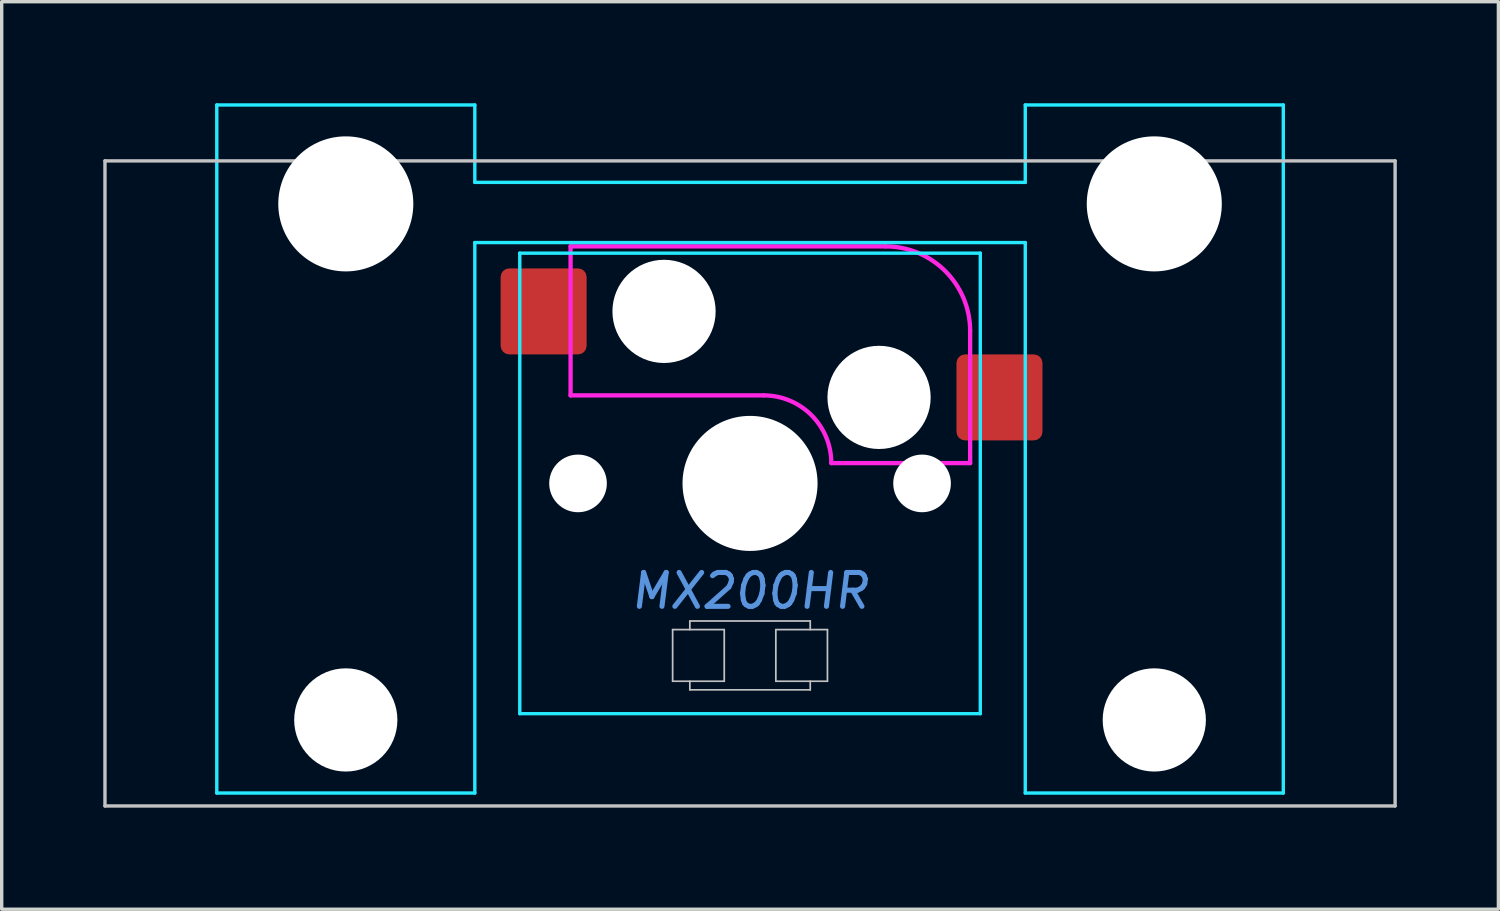
<source format=kicad_pcb>
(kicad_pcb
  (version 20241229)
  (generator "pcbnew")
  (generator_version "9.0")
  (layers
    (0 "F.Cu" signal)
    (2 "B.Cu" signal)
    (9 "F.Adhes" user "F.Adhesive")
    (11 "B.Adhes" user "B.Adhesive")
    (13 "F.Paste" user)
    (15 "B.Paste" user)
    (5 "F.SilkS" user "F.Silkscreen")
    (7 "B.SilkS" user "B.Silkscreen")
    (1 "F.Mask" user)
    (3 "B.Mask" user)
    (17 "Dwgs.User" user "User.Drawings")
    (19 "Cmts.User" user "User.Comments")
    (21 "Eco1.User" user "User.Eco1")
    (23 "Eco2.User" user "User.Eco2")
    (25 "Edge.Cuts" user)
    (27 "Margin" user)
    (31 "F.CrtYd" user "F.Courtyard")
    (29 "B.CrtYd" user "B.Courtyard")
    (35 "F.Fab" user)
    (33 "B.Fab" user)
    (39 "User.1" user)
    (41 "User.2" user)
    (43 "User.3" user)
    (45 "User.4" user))
  (footprint "MX200HR"
    (layer "F.Cu")
    (at 19.1 11.226)
    (property "Reference" "MX200HR" (at 0 3.175 0) (layer "Cmts.User") (effects (font (size 1 1) (thickness 0.15) (italic yes))))
    (attr smd)
    (fp_line (start -19.05 -9.525) (end -19.05 9.525) (stroke (width 0.1) (type solid)) (layer "Dwgs.User"))
    (fp_line (start -19.05 -9.525) (end 19.05 -9.525) (stroke (width 0.1) (type solid)) (layer "Dwgs.User"))
    (fp_line (start -19.05 9.525) (end 19.05 9.525) (stroke (width 0.1) (type solid)) (layer "Dwgs.User"))
    (fp_line (start -2.286 4.318) (end -0.762 4.318) (stroke (width 0.051) (type solid)) (layer "Dwgs.User"))
    (fp_line (start -2.286 5.842) (end -2.286 4.318) (stroke (width 0.051) (type solid)) (layer "Dwgs.User"))
    (fp_line (start -1.778 4.064) (end 1.778 4.064) (stroke (width 0.051) (type solid)) (layer "Dwgs.User"))
    (fp_line (start -1.778 4.318) (end -1.778 4.064) (stroke (width 0.051) (type solid)) (layer "Dwgs.User"))
    (fp_line (start -1.778 6.096) (end -1.778 5.842) (stroke (width 0.051) (type solid)) (layer "Dwgs.User"))
    (fp_line (start -0.762 4.318) (end -0.762 5.842) (stroke (width 0.051) (type solid)) (layer "Dwgs.User"))
    (fp_line (start -0.762 5.842) (end -2.286 5.842) (stroke (width 0.051) (type solid)) (layer "Dwgs.User"))
    (fp_line (start 0.762 4.318) (end 2.286 4.318) (stroke (width 0.051) (type solid)) (layer "Dwgs.User"))
    (fp_line (start 0.762 5.842) (end 0.762 4.318) (stroke (width 0.051) (type solid)) (layer "Dwgs.User"))
    (fp_line (start 1.778 4.064) (end 1.778 4.318) (stroke (width 0.051) (type solid)) (layer "Dwgs.User"))
    (fp_line (start 1.778 5.842) (end 1.778 6.096) (stroke (width 0.051) (type solid)) (layer "Dwgs.User"))
    (fp_line (start 1.778 6.096) (end -1.778 6.096) (stroke (width 0.051) (type solid)) (layer "Dwgs.User"))
    (fp_line (start 2.286 4.318) (end 2.286 5.842) (stroke (width 0.051) (type solid)) (layer "Dwgs.User"))
    (fp_line (start 2.286 5.842) (end 0.762 5.842) (stroke (width 0.051) (type solid)) (layer "Dwgs.User"))
    (fp_line (start 19.05 -9.525) (end 19.05 9.525) (stroke (width 0.1) (type solid)) (layer "Dwgs.User"))
    (fp_line (start -15.438 -8.515) (end -15.438 5.485) (stroke (width 0.1) (type solid)) (layer "Eco1.User"))
    (fp_line (start -14.938 -9.015) (end -8.938 -9.015) (stroke (width 0.1) (type solid)) (layer "Eco1.User"))
    (fp_line (start -8.938 5.985) (end -14.938 5.985) (stroke (width 0.1) (type solid)) (layer "Eco1.User"))
    (fp_line (start -8.438 5.485) (end -8.438 -8.515) (stroke (width 0.1) (type solid)) (layer "Eco1.User"))
    (fp_line (start -7 -6.5) (end -7 6.5) (stroke (width 0.1) (type solid)) (layer "Eco1.User"))
    (fp_line (start -6.5 7) (end 6.5 7) (stroke (width 0.1) (type solid)) (layer "Eco1.User"))
    (fp_line (start 6.5 -7) (end -6.5 -7) (stroke (width 0.1) (type solid)) (layer "Eco1.User"))
    (fp_line (start 7 6.5) (end 7 -6.5) (stroke (width 0.1) (type solid)) (layer "Eco1.User"))
    (fp_line (start 8.438 -8.515) (end 8.438 5.485) (stroke (width 0.1) (type solid)) (layer "Eco1.User"))
    (fp_line (start 8.938 -9.015) (end 14.938 -9.015) (stroke (width 0.1) (type solid)) (layer "Eco1.User"))
    (fp_line (start 14.938 5.985) (end 8.938 5.985) (stroke (width 0.1) (type solid)) (layer "Eco1.User"))
    (fp_line (start 15.438 5.485) (end 15.438 -8.515) (stroke (width 0.1) (type solid)) (layer "Eco1.User"))
    (fp_arc (start -15.438 -8.515) (mid -15.291553 -8.868553) (end -14.938 -9.015) (stroke (width 0.1) (type solid)) (layer "Eco1.User"))
    (fp_arc (start -14.938 5.985) (mid -15.291553 5.838553) (end -15.438 5.485) (stroke (width 0.1) (type solid)) (layer "Eco1.User"))
    (fp_arc (start -8.938 -9.015) (mid -8.584447 -8.868553) (end -8.438 -8.515) (stroke (width 0.1) (type solid)) (layer "Eco1.User"))
    (fp_arc (start -8.438 5.485) (mid -8.584447 5.838553) (end -8.938 5.985) (stroke (width 0.1) (type solid)) (layer "Eco1.User"))
    (fp_arc (start -7 -6.5) (mid -6.853553 -6.853553) (end -6.5 -7) (stroke (width 0.1) (type solid)) (layer "Eco1.User"))
    (fp_arc (start -6.5 7) (mid -6.853553 6.853553) (end -7 6.5) (stroke (width 0.1) (type solid)) (layer "Eco1.User"))
    (fp_arc (start 6.5 -7) (mid 6.853553 -6.853553) (end 7 -6.5) (stroke (width 0.1) (type solid)) (layer "Eco1.User"))
    (fp_arc (start 7 6.5) (mid 6.853553 6.853553) (end 6.5 7) (stroke (width 0.1) (type solid)) (layer "Eco1.User"))
    (fp_arc (start 8.438 -8.515) (mid 8.584447 -8.868553) (end 8.938 -9.015) (stroke (width 0.1) (type solid)) (layer "Eco1.User"))
    (fp_arc (start 8.938 5.985) (mid 8.584447 5.838553) (end 8.438 5.485) (stroke (width 0.1) (type solid)) (layer "Eco1.User"))
    (fp_arc (start 14.938 -9.015) (mid 15.291553 -8.868553) (end 15.438 -8.515) (stroke (width 0.1) (type solid)) (layer "Eco1.User"))
    (fp_arc (start 15.438 5.485) (mid 15.291553 5.838553) (end 14.938 5.985) (stroke (width 0.1) (type solid)) (layer "Eco1.User"))
    (fp_line (start -15.748 -11.176) (end -15.748 9.144) (stroke (width 0.1) (type solid)) (layer "B.CrtYd"))
    (fp_line (start -15.748 9.144) (end -8.128 9.144) (stroke (width 0.1) (type solid)) (layer "B.CrtYd"))
    (fp_line (start -8.128 -11.176) (end -15.748 -11.176) (stroke (width 0.1) (type solid)) (layer "B.CrtYd"))
    (fp_line (start -8.128 -8.89) (end -8.128 -11.176) (stroke (width 0.1) (type solid)) (layer "B.CrtYd"))
    (fp_line (start -8.128 -7.112) (end -8.128 9.142) (stroke (width 0.1) (type solid)) (layer "B.CrtYd"))
    (fp_line (start -6.8 -6.8) (end -6.8 6.8) (stroke (width 0.1) (type solid)) (layer "B.CrtYd"))
    (fp_line (start 6.8 -6.8) (end -6.8 -6.8) (stroke (width 0.1) (type solid)) (layer "B.CrtYd"))
    (fp_line (start 6.8 -6.8) (end 6.8 6.8) (stroke (width 0.1) (type solid)) (layer "B.CrtYd"))
    (fp_line (start 6.8 6.8) (end -6.8 6.8) (stroke (width 0.1) (type solid)) (layer "B.CrtYd"))
    (fp_line (start 8.128 -8.89) (end -8.128 -8.89) (stroke (width 0.1) (type solid)) (layer "B.CrtYd"))
    (fp_line (start 8.128 -8.89) (end 8.128 -11.176) (stroke (width 0.1) (type solid)) (layer "B.CrtYd"))
    (fp_line (start 8.128 -7.112) (end -8.128 -7.112) (stroke (width 0.1) (type solid)) (layer "B.CrtYd"))
    (fp_line (start 8.128 -7.112) (end 8.128 9.144) (stroke (width 0.1) (type solid)) (layer "B.CrtYd"))
    (fp_line (start 8.128 9.144) (end 15.748 9.144) (stroke (width 0.1) (type solid)) (layer "B.CrtYd"))
    (fp_line (start 15.748 -11.176) (end 8.128 -11.176) (stroke (width 0.1) (type solid)) (layer "B.CrtYd"))
    (fp_line (start 15.748 9.144) (end 15.748 -11.176) (stroke (width 0.1) (type solid)) (layer "B.CrtYd"))
    (fp_line (start -5.3 -7) (end -5.3 -2.6) (stroke (width 0.127) (type solid)) (layer "F.CrtYd"))
    (fp_line (start -5.3 -7) (end 4 -7) (stroke (width 0.127) (type solid)) (layer "F.CrtYd"))
    (fp_line (start 0.4 -2.6) (end -5.3 -2.6) (stroke (width 0.127) (type solid)) (layer "F.CrtYd"))
    (fp_line (start 6.5 -4.5) (end 6.5 -0.6) (stroke (width 0.127) (type solid)) (layer "F.CrtYd"))
    (fp_line (start 6.5 -0.6) (end 2.4 -0.6) (stroke (width 0.127) (type solid)) (layer "F.CrtYd"))
    (fp_arc (start 0.4 -2.6) (mid 1.814214 -2.014214) (end 2.4 -0.6) (stroke (width 0.127) (type solid)) (layer "F.CrtYd"))
    (fp_arc (start 4 -7) (mid 5.767767 -6.267767) (end 6.5 -4.5) (stroke (width 0.127) (type solid)) (layer "F.CrtYd"))
    (pad "" np_thru_hole circle (at -11.938 -8.255 180) (size 3.988 3.988) (drill 3.988) (layers "*.Cu" "*.Mask"))
    (pad "" np_thru_hole circle (at -11.938 6.985 180) (size 3.048 3.048) (drill 3.048) (layers "*.Cu" "*.Mask"))
    (pad "" np_thru_hole circle (at -5.08 0) (size 1.702 1.702) (drill 1.702) (layers "*.Cu" "*.Mask"))
    (pad "" np_thru_hole circle (at -2.54 -5.08) (size 3.048 3.048) (drill 3.048) (layers "*.Cu" "*.Mask"))
    (pad "" np_thru_hole circle (at 0 0) (size 3.988 3.988) (drill 3.988) (layers "*.Cu" "*.Mask"))
    (pad "" np_thru_hole circle (at 3.81 -2.54) (size 3.048 3.048) (drill 3.048) (layers "*.Cu" "*.Mask"))
    (pad "" np_thru_hole circle (at 5.08 0) (size 1.702 1.702) (drill 1.702) (layers "*.Cu" "*.Mask"))
    (pad "" np_thru_hole circle (at 11.938 -8.255 180) (size 3.988 3.988) (drill 3.988) (layers "*.Cu" "*.Mask"))
    (pad "" np_thru_hole circle (at 11.938 6.985 180) (size 3.048 3.048) (drill 3.048) (layers "*.Cu" "*.Mask"))
    (pad "1" smd roundrect (at -6.096 -5.08) (size 2.54 2.54) (layers "F.Cu" "F.Mask") (roundrect_rratio 0.1))
    (pad "2" smd roundrect (at 7.366 -2.54) (size 2.54 2.54) (layers "F.Cu" "F.Mask") (roundrect_rratio 0.1)))
  (gr_rect
    (start -3 -3)
    (end 41.2 23.801)
    (stroke (width 0.1) (type default))
    (fill no)
    (layer "Edge.Cuts")))
</source>
